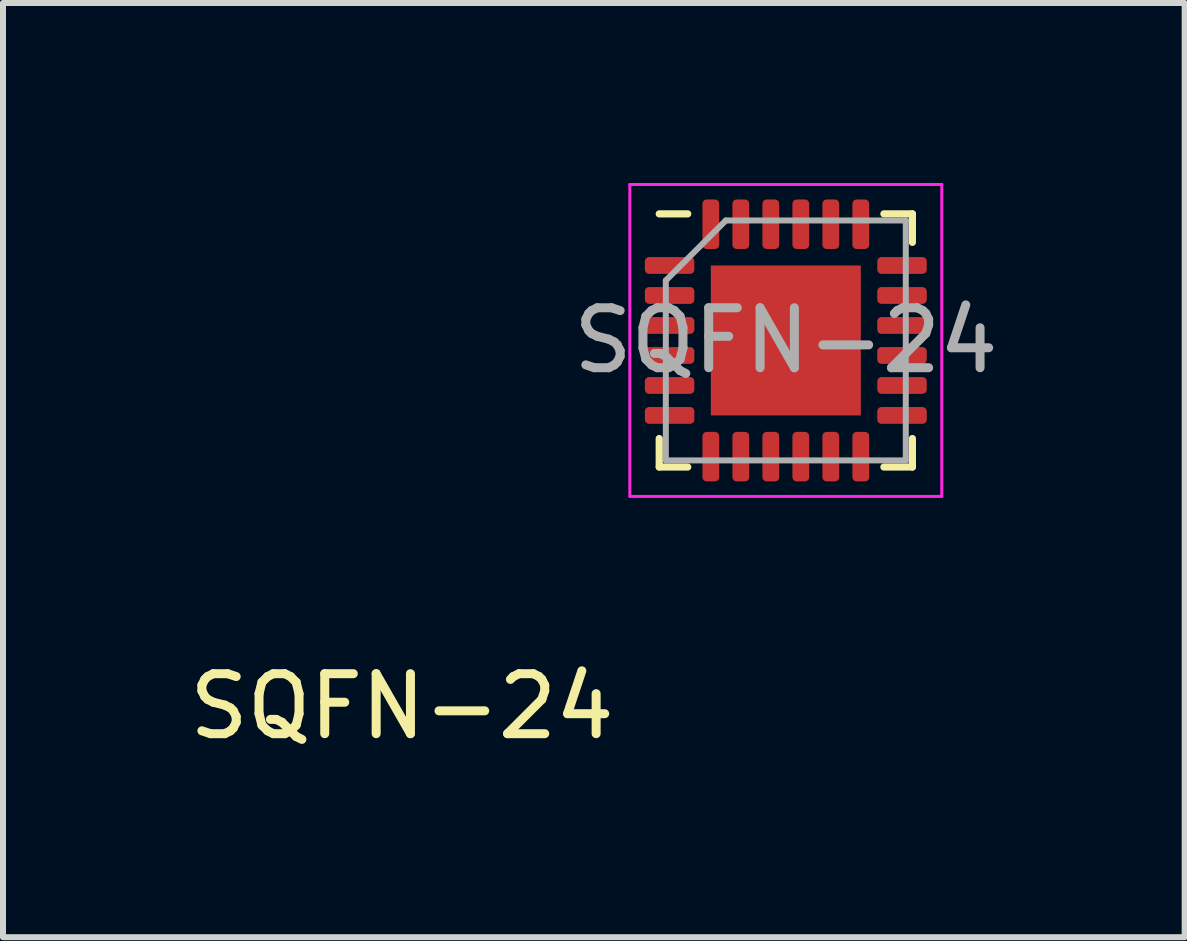
<source format=kicad_pcb>
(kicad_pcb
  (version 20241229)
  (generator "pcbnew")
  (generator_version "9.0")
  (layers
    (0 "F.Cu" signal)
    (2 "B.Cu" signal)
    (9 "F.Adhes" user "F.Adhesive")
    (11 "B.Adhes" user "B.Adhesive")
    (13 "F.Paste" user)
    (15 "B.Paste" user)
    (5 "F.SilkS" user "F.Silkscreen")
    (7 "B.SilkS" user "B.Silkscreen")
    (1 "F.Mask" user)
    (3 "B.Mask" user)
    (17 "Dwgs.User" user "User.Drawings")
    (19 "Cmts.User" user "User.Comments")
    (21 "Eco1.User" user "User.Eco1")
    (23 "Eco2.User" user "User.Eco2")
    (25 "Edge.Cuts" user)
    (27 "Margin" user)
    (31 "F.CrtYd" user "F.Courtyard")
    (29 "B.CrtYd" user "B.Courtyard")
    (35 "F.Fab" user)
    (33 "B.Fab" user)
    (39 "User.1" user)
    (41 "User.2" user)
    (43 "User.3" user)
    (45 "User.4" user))
  (footprint "SQFN-24"
    (layer "F.Cu")
    (at 9.249 7.725)
    (property "Reference" "SQFN-24" (at -5.6 1 0) (unlocked yes) (layer "F.SilkS") (effects (font (size 1 1) (thickness 0.15))))
    (attr smd)
    (fp_line (start -1.31 -2.99) (end -1.31 -3.465) (stroke (width 0.12) (type solid)) (layer "F.SilkS"))
    (fp_line (start -0.835 -7.21) (end -1.31 -7.21) (stroke (width 0.12) (type solid)) (layer "F.SilkS"))
    (fp_line (start -0.835 -2.99) (end -1.31 -2.99) (stroke (width 0.12) (type solid)) (layer "F.SilkS"))
    (fp_line (start 2.435 -7.21) (end 2.91 -7.21) (stroke (width 0.12) (type solid)) (layer "F.SilkS"))
    (fp_line (start 2.435 -2.99) (end 2.91 -2.99) (stroke (width 0.12) (type solid)) (layer "F.SilkS"))
    (fp_line (start 2.91 -7.21) (end 2.91 -6.735) (stroke (width 0.12) (type solid)) (layer "F.SilkS"))
    (fp_line (start 2.91 -2.99) (end 2.91 -3.465) (stroke (width 0.12) (type solid)) (layer "F.SilkS"))
    (fp_line (start -1.8 -7.7) (end -1.8 -2.5) (stroke (width 0.05) (type solid)) (layer "F.CrtYd"))
    (fp_line (start -1.8 -2.5) (end 3.4 -2.5) (stroke (width 0.05) (type solid)) (layer "F.CrtYd"))
    (fp_line (start 3.4 -7.7) (end -1.8 -7.7) (stroke (width 0.05) (type solid)) (layer "F.CrtYd"))
    (fp_line (start 3.4 -2.5) (end 3.4 -7.7) (stroke (width 0.05) (type solid)) (layer "F.CrtYd"))
    (fp_line (start -1.2 -6.1) (end -0.2 -7.1) (stroke (width 0.1) (type solid)) (layer "F.Fab"))
    (fp_line (start -1.2 -3.1) (end -1.2 -6.1) (stroke (width 0.1) (type solid)) (layer "F.Fab"))
    (fp_line (start -0.2 -7.1) (end 2.8 -7.1) (stroke (width 0.1) (type solid)) (layer "F.Fab"))
    (fp_line (start 2.8 -7.1) (end 2.8 -3.1) (stroke (width 0.1) (type solid)) (layer "F.Fab"))
    (fp_line (start 2.8 -3.1) (end -1.2 -3.1) (stroke (width 0.1) (type solid)) (layer "F.Fab"))
    (fp_text user "${REFERENCE}" (at 0.8 -5.1 0) (layer "F.Fab") (effects (font (size 1 1) (thickness 0.15))))
    (pad "" smd roundrect (at 0.15 -5.75) (size 1.05 1.05) (layers "F.Paste") (roundrect_rratio 0.238))
    (pad "" smd roundrect (at 0.15 -4.45) (size 1.05 1.05) (layers "F.Paste") (roundrect_rratio 0.238))
    (pad "" smd roundrect (at 1.45 -5.75) (size 1.05 1.05) (layers "F.Paste") (roundrect_rratio 0.238))
    (pad "" smd roundrect (at 1.45 -4.45) (size 1.05 1.05) (layers "F.Paste") (roundrect_rratio 0.238))
    (pad "1" smd roundrect (at -1.137 -6.35) (size 0.825 0.28) (layers "F.Cu" "F.Mask" "F.Paste") (roundrect_rratio 0.25))
    (pad "2" smd roundrect (at -1.137 -5.85) (size 0.825 0.28) (layers "F.Cu" "F.Mask" "F.Paste") (roundrect_rratio 0.25))
    (pad "3" smd roundrect (at -1.137 -5.35) (size 0.825 0.28) (layers "F.Cu" "F.Mask" "F.Paste") (roundrect_rratio 0.25))
    (pad "4" smd roundrect (at -1.137 -4.85) (size 0.825 0.28) (layers "F.Cu" "F.Mask" "F.Paste") (roundrect_rratio 0.25))
    (pad "5" smd roundrect (at -1.137 -4.35) (size 0.825 0.28) (layers "F.Cu" "F.Mask" "F.Paste") (roundrect_rratio 0.25))
    (pad "6" smd roundrect (at -1.137 -3.85) (size 0.825 0.28) (layers "F.Cu" "F.Mask" "F.Paste") (roundrect_rratio 0.25))
    (pad "7" smd roundrect (at -0.45 -3.163) (size 0.28 0.825) (layers "F.Cu" "F.Mask" "F.Paste") (roundrect_rratio 0.25))
    (pad "8" smd roundrect (at 0.05 -3.163) (size 0.28 0.825) (layers "F.Cu" "F.Mask" "F.Paste") (roundrect_rratio 0.25))
    (pad "9" smd roundrect (at 0.55 -3.163) (size 0.28 0.825) (layers "F.Cu" "F.Mask" "F.Paste") (roundrect_rratio 0.25))
    (pad "10" smd roundrect (at 1.05 -3.163) (size 0.28 0.825) (layers "F.Cu" "F.Mask" "F.Paste") (roundrect_rratio 0.25))
    (pad "11" smd roundrect (at 1.55 -3.163) (size 0.28 0.825) (layers "F.Cu" "F.Mask" "F.Paste") (roundrect_rratio 0.25))
    (pad "12" smd roundrect (at 2.05 -3.163) (size 0.28 0.825) (layers "F.Cu" "F.Mask" "F.Paste") (roundrect_rratio 0.25))
    (pad "13" smd roundrect (at 2.737 -3.85) (size 0.825 0.28) (layers "F.Cu" "F.Mask" "F.Paste") (roundrect_rratio 0.25))
    (pad "14" smd roundrect (at 2.737 -4.35) (size 0.825 0.28) (layers "F.Cu" "F.Mask" "F.Paste") (roundrect_rratio 0.25))
    (pad "15" smd roundrect (at 2.737 -4.85) (size 0.825 0.28) (layers "F.Cu" "F.Mask" "F.Paste") (roundrect_rratio 0.25))
    (pad "16" smd roundrect (at 2.737 -5.35) (size 0.825 0.28) (layers "F.Cu" "F.Mask" "F.Paste") (roundrect_rratio 0.25))
    (pad "17" smd roundrect (at 2.737 -5.85) (size 0.825 0.28) (layers "F.Cu" "F.Mask" "F.Paste") (roundrect_rratio 0.25))
    (pad "18" smd roundrect (at 2.737 -6.35) (size 0.825 0.28) (layers "F.Cu" "F.Mask" "F.Paste") (roundrect_rratio 0.25))
    (pad "19" smd roundrect (at 2.05 -7.037) (size 0.28 0.825) (layers "F.Cu" "F.Mask" "F.Paste") (roundrect_rratio 0.25))
    (pad "20" smd roundrect (at 1.55 -7.037) (size 0.28 0.825) (layers "F.Cu" "F.Mask" "F.Paste") (roundrect_rratio 0.25))
    (pad "21" smd roundrect (at 1.05 -7.037) (size 0.28 0.825) (layers "F.Cu" "F.Mask" "F.Paste") (roundrect_rratio 0.25))
    (pad "22" smd roundrect (at 0.55 -7.037) (size 0.28 0.825) (layers "F.Cu" "F.Mask" "F.Paste") (roundrect_rratio 0.25))
    (pad "23" smd roundrect (at 0.05 -7.037) (size 0.28 0.825) (layers "F.Cu" "F.Mask" "F.Paste") (roundrect_rratio 0.25))
    (pad "24" smd roundrect (at -0.45 -7.037) (size 0.28 0.825) (layers "F.Cu" "F.Mask" "F.Paste") (roundrect_rratio 0.25))
    (pad "25" smd rect (at 0.8 -5.1) (size 2.5 2.5) (layers "F.Cu" "F.Mask")))
  (gr_rect
    (start -3 -3)
    (end 16.698 12.573)
    (stroke (width 0.1) (type default))
    (fill no)
    (layer "Edge.Cuts")))
</source>
